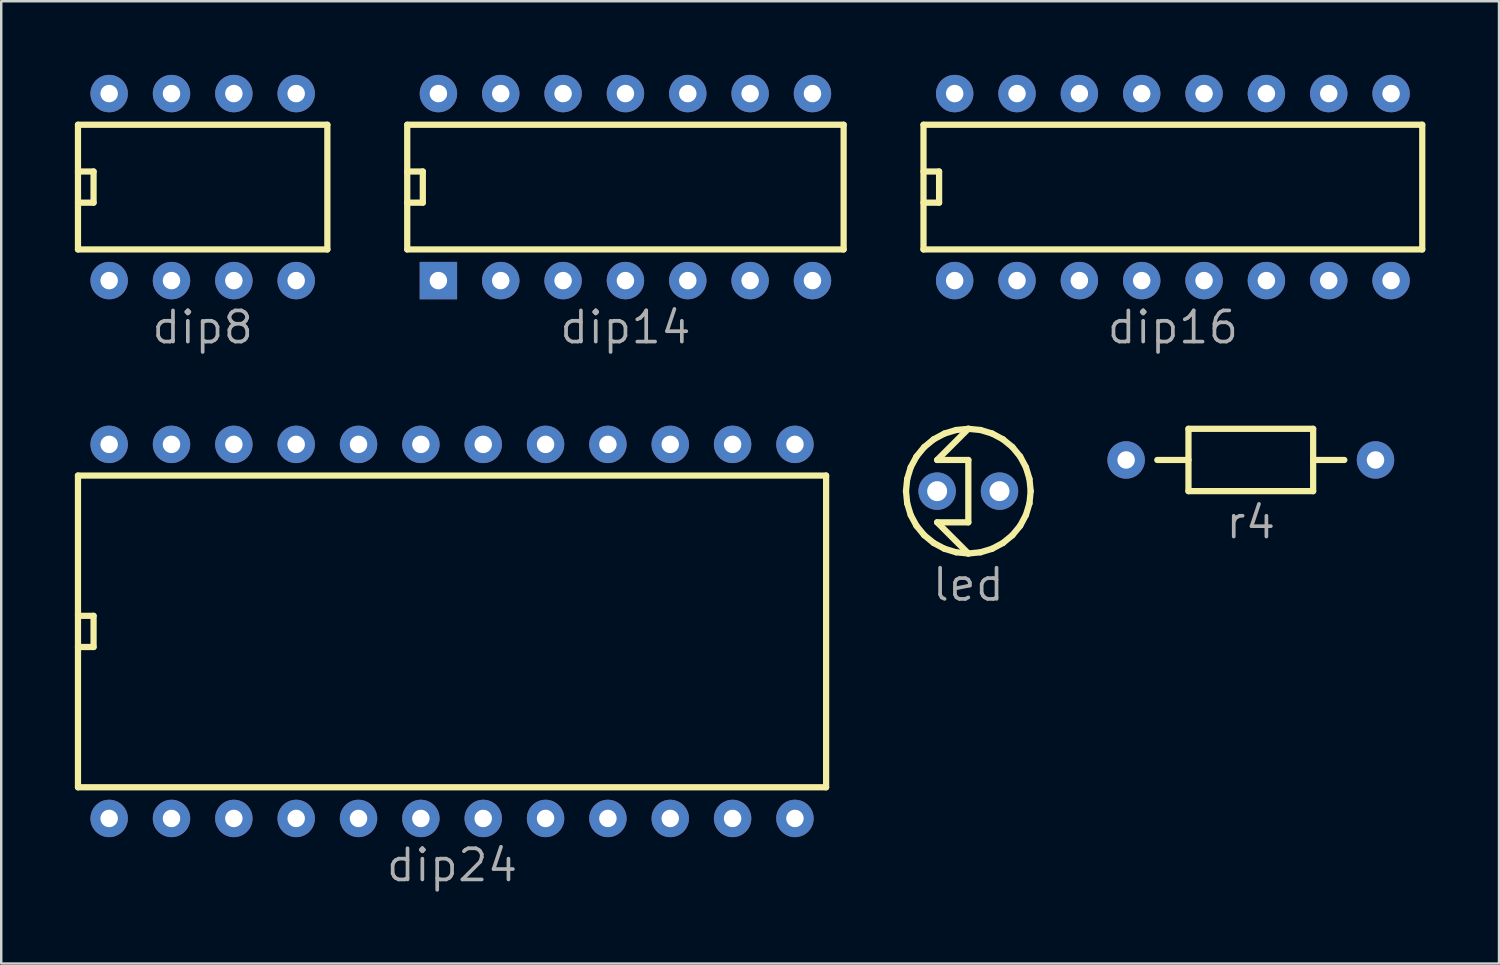
<source format=kicad_pcb>
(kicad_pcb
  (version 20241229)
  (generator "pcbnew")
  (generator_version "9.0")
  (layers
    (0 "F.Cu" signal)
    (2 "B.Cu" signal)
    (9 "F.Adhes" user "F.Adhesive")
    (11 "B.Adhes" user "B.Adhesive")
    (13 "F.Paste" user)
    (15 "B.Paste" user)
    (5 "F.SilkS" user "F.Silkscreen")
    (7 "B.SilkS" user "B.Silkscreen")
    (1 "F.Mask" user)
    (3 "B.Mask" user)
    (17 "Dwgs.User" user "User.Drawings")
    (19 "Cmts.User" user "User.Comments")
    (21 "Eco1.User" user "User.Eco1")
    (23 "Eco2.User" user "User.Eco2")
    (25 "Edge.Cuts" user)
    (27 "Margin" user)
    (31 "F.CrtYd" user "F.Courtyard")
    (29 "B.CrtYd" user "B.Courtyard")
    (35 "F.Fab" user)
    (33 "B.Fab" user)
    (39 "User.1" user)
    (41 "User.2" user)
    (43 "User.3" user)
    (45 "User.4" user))
  (footprint "led"
    (layer "F.Cu")
    (at 35.131 16.96)
    (property "Reference" "led" (at 1.27 3.81 0) (layer "F.Fab") (effects (font (size 1.27 1.27) (thickness 0.15))))
    (attr through_hole)
    (fp_line (start -1.221 -0.496) (end -1.27 0) (stroke (width 0.254) (type default)) (layer "F.SilkS"))
    (fp_line (start -1.221 0.496) (end -1.27 0) (stroke (width 0.254) (type default)) (layer "F.SilkS"))
    (fp_line (start -1.077 -0.972) (end -1.221 -0.496) (stroke (width 0.254) (type default)) (layer "F.SilkS"))
    (fp_line (start -1.077 0.972) (end -1.221 0.496) (stroke (width 0.254) (type default)) (layer "F.SilkS"))
    (fp_line (start -0.842 -1.411) (end -1.077 -0.972) (stroke (width 0.254) (type default)) (layer "F.SilkS"))
    (fp_line (start -0.842 1.411) (end -1.077 0.972) (stroke (width 0.254) (type default)) (layer "F.SilkS"))
    (fp_line (start -0.526 -1.796) (end -0.842 -1.411) (stroke (width 0.254) (type default)) (layer "F.SilkS"))
    (fp_line (start -0.526 1.796) (end -0.842 1.411) (stroke (width 0.254) (type default)) (layer "F.SilkS"))
    (fp_line (start -0.141 -2.112) (end -0.526 -1.796) (stroke (width 0.254) (type default)) (layer "F.SilkS"))
    (fp_line (start -0.141 2.112) (end -0.526 1.796) (stroke (width 0.254) (type default)) (layer "F.SilkS"))
    (fp_line (start 0 -1.27) (end 1.27 -1.27) (stroke (width 0.254) (type default)) (layer "F.SilkS"))
    (fp_line (start 0 1.27) (end 1.27 2.54) (stroke (width 0.254) (type default)) (layer "F.SilkS"))
    (fp_line (start 0.298 -2.347) (end -0.141 -2.112) (stroke (width 0.254) (type default)) (layer "F.SilkS"))
    (fp_line (start 0.298 2.347) (end -0.141 2.112) (stroke (width 0.254) (type default)) (layer "F.SilkS"))
    (fp_line (start 0.774 -2.491) (end 0.298 -2.347) (stroke (width 0.254) (type default)) (layer "F.SilkS"))
    (fp_line (start 0.774 2.491) (end 0.298 2.347) (stroke (width 0.254) (type default)) (layer "F.SilkS"))
    (fp_line (start 1.27 -2.54) (end 0 -1.27) (stroke (width 0.254) (type default)) (layer "F.SilkS"))
    (fp_line (start 1.27 -2.54) (end 0.774 -2.491) (stroke (width 0.254) (type default)) (layer "F.SilkS"))
    (fp_line (start 1.27 -1.27) (end 1.27 1.27) (stroke (width 0.254) (type default)) (layer "F.SilkS"))
    (fp_line (start 1.27 1.27) (end 0 1.27) (stroke (width 0.254) (type default)) (layer "F.SilkS"))
    (fp_line (start 1.27 2.54) (end 0.774 2.491) (stroke (width 0.254) (type default)) (layer "F.SilkS"))
    (fp_line (start 1.27 2.54) (end 1.766 2.491) (stroke (width 0.254) (type default)) (layer "F.SilkS"))
    (fp_line (start 1.766 -2.491) (end 1.27 -2.54) (stroke (width 0.254) (type default)) (layer "F.SilkS"))
    (fp_line (start 1.766 2.491) (end 2.242 2.347) (stroke (width 0.254) (type default)) (layer "F.SilkS"))
    (fp_line (start 2.242 -2.347) (end 1.766 -2.491) (stroke (width 0.254) (type default)) (layer "F.SilkS"))
    (fp_line (start 2.242 2.347) (end 2.681 2.112) (stroke (width 0.254) (type default)) (layer "F.SilkS"))
    (fp_line (start 2.681 -2.112) (end 2.242 -2.347) (stroke (width 0.254) (type default)) (layer "F.SilkS"))
    (fp_line (start 2.681 2.112) (end 3.066 1.796) (stroke (width 0.254) (type default)) (layer "F.SilkS"))
    (fp_line (start 3.066 -1.796) (end 2.681 -2.112) (stroke (width 0.254) (type default)) (layer "F.SilkS"))
    (fp_line (start 3.066 1.796) (end 3.382 1.411) (stroke (width 0.254) (type default)) (layer "F.SilkS"))
    (fp_line (start 3.382 -1.411) (end 3.066 -1.796) (stroke (width 0.254) (type default)) (layer "F.SilkS"))
    (fp_line (start 3.382 1.411) (end 3.617 0.972) (stroke (width 0.254) (type default)) (layer "F.SilkS"))
    (fp_line (start 3.617 -0.972) (end 3.382 -1.411) (stroke (width 0.254) (type default)) (layer "F.SilkS"))
    (fp_line (start 3.617 0.972) (end 3.761 0.496) (stroke (width 0.254) (type default)) (layer "F.SilkS"))
    (fp_line (start 3.761 -0.496) (end 3.617 -0.972) (stroke (width 0.254) (type default)) (layer "F.SilkS"))
    (fp_line (start 3.761 0.496) (end 3.81 0) (stroke (width 0.254) (type default)) (layer "F.SilkS"))
    (fp_line (start 3.81 0) (end 3.761 -0.496) (stroke (width 0.254) (type default)) (layer "F.SilkS"))
    (pad "1" thru_hole circle (at 0 0) (size 1.524 1.524) (drill 0.813) (layers "*.Cu" "*.Mask"))
    (pad "2" thru_hole circle (at 2.54 0) (size 1.524 1.524) (drill 0.813) (layers "*.Cu" "*.Mask")))
  (footprint "dip14"
    (layer "F.Cu")
    (at 14.811 0.762)
    (property "Reference" "dip14" (at 7.62 9.525 0) (layer "F.Fab") (effects (font (size 1.27 1.27) (thickness 0.15))))
    (attr through_hole)
    (fp_line (start -1.27 1.27) (end -1.27 6.35) (stroke (width 0.254) (type default)) (layer "F.SilkS"))
    (fp_line (start -1.27 4.445) (end -1.27 4.445) (stroke (width 0.254) (type default)) (layer "F.SilkS"))
    (fp_line (start -1.27 4.445) (end -0.635 4.445) (stroke (width 0.254) (type default)) (layer "F.SilkS"))
    (fp_line (start -1.27 6.35) (end 16.51 6.35) (stroke (width 0.254) (type default)) (layer "F.SilkS"))
    (fp_line (start -0.635 3.175) (end -1.27 3.175) (stroke (width 0.254) (type default)) (layer "F.SilkS"))
    (fp_line (start -0.635 4.445) (end -0.635 3.175) (stroke (width 0.254) (type default)) (layer "F.SilkS"))
    (fp_line (start 16.51 1.27) (end -1.27 1.27) (stroke (width 0.254) (type default)) (layer "F.SilkS"))
    (fp_line (start 16.51 6.35) (end 16.51 1.27) (stroke (width 0.254) (type default)) (layer "F.SilkS"))
    (pad "1" thru_hole rect (at 0 7.62) (size 1.524 1.524) (drill 0.711) (layers "*.Cu" "*.Mask"))
    (pad "2" thru_hole circle (at 2.54 7.62) (size 1.524 1.524) (drill 0.711) (layers "*.Cu" "*.Mask"))
    (pad "3" thru_hole circle (at 5.08 7.62) (size 1.524 1.524) (drill 0.711) (layers "*.Cu" "*.Mask"))
    (pad "4" thru_hole circle (at 7.62 7.62) (size 1.524 1.524) (drill 0.711) (layers "*.Cu" "*.Mask"))
    (pad "5" thru_hole circle (at 10.16 7.62) (size 1.524 1.524) (drill 0.711) (layers "*.Cu" "*.Mask"))
    (pad "6" thru_hole circle (at 12.7 7.62) (size 1.524 1.524) (drill 0.711) (layers "*.Cu" "*.Mask"))
    (pad "7" thru_hole circle (at 15.24 7.62) (size 1.524 1.524) (drill 0.711) (layers "*.Cu" "*.Mask"))
    (pad "8" thru_hole circle (at 15.24 0) (size 1.524 1.524) (drill 0.711) (layers "*.Cu" "*.Mask"))
    (pad "9" thru_hole circle (at 12.7 0) (size 1.524 1.524) (drill 0.711) (layers "*.Cu" "*.Mask"))
    (pad "10" thru_hole circle (at 10.16 0) (size 1.524 1.524) (drill 0.711) (layers "*.Cu" "*.Mask"))
    (pad "11" thru_hole circle (at 7.62 0) (size 1.524 1.524) (drill 0.711) (layers "*.Cu" "*.Mask"))
    (pad "12" thru_hole circle (at 5.08 0) (size 1.524 1.524) (drill 0.711) (layers "*.Cu" "*.Mask"))
    (pad "13" thru_hole circle (at 2.54 0) (size 1.524 1.524) (drill 0.711) (layers "*.Cu" "*.Mask"))
    (pad "14" thru_hole circle (at 0 0) (size 1.524 1.524) (drill 0.711) (layers "*.Cu" "*.Mask")))
  (footprint "dip24"
    (layer "F.Cu")
    (at 1.397 15.055)
    (property "Reference" "dip24" (at 13.97 17.145 0) (layer "F.Fab") (effects (font (size 1.27 1.27) (thickness 0.15))))
    (attr through_hole)
    (fp_line (start -1.27 1.27) (end -1.27 13.97) (stroke (width 0.254) (type default)) (layer "F.SilkS"))
    (fp_line (start -1.27 8.255) (end -0.635 8.255) (stroke (width 0.254) (type default)) (layer "F.SilkS"))
    (fp_line (start -1.27 13.97) (end 29.21 13.97) (stroke (width 0.254) (type default)) (layer "F.SilkS"))
    (fp_line (start -0.635 6.985) (end -1.27 6.985) (stroke (width 0.254) (type default)) (layer "F.SilkS"))
    (fp_line (start -0.635 8.255) (end -0.635 6.985) (stroke (width 0.254) (type default)) (layer "F.SilkS"))
    (fp_line (start 29.21 1.27) (end -1.27 1.27) (stroke (width 0.254) (type default)) (layer "F.SilkS"))
    (fp_line (start 29.21 13.97) (end 29.21 1.27) (stroke (width 0.254) (type default)) (layer "F.SilkS"))
    (pad "1" thru_hole circle (at 0 15.24) (size 1.524 1.524) (drill 0.711) (layers "*.Cu" "*.Mask"))
    (pad "2" thru_hole circle (at 2.54 15.24) (size 1.524 1.524) (drill 0.711) (layers "*.Cu" "*.Mask"))
    (pad "3" thru_hole circle (at 5.08 15.24) (size 1.524 1.524) (drill 0.711) (layers "*.Cu" "*.Mask"))
    (pad "4" thru_hole circle (at 7.62 15.24) (size 1.524 1.524) (drill 0.711) (layers "*.Cu" "*.Mask"))
    (pad "5" thru_hole circle (at 10.16 15.24) (size 1.524 1.524) (drill 0.711) (layers "*.Cu" "*.Mask"))
    (pad "6" thru_hole circle (at 12.7 15.24) (size 1.524 1.524) (drill 0.711) (layers "*.Cu" "*.Mask"))
    (pad "7" thru_hole circle (at 15.24 15.24) (size 1.524 1.524) (drill 0.711) (layers "*.Cu" "*.Mask"))
    (pad "8" thru_hole circle (at 17.78 15.24) (size 1.524 1.524) (drill 0.711) (layers "*.Cu" "*.Mask"))
    (pad "9" thru_hole circle (at 20.32 15.24) (size 1.524 1.524) (drill 0.711) (layers "*.Cu" "*.Mask"))
    (pad "10" thru_hole circle (at 22.86 15.24) (size 1.524 1.524) (drill 0.711) (layers "*.Cu" "*.Mask"))
    (pad "11" thru_hole circle (at 25.4 15.24) (size 1.524 1.524) (drill 0.711) (layers "*.Cu" "*.Mask"))
    (pad "12" thru_hole circle (at 27.94 15.24) (size 1.524 1.524) (drill 0.711) (layers "*.Cu" "*.Mask"))
    (pad "13" thru_hole circle (at 27.94 0) (size 1.524 1.524) (drill 0.711) (layers "*.Cu" "*.Mask"))
    (pad "14" thru_hole circle (at 25.4 0) (size 1.524 1.524) (drill 0.711) (layers "*.Cu" "*.Mask"))
    (pad "15" thru_hole circle (at 22.86 0) (size 1.524 1.524) (drill 0.711) (layers "*.Cu" "*.Mask"))
    (pad "16" thru_hole circle (at 20.32 0) (size 1.524 1.524) (drill 0.711) (layers "*.Cu" "*.Mask"))
    (pad "17" thru_hole circle (at 17.78 0) (size 1.524 1.524) (drill 0.711) (layers "*.Cu" "*.Mask"))
    (pad "18" thru_hole circle (at 15.24 0) (size 1.524 1.524) (drill 0.711) (layers "*.Cu" "*.Mask"))
    (pad "19" thru_hole circle (at 12.7 0) (size 1.524 1.524) (drill 0.711) (layers "*.Cu" "*.Mask"))
    (pad "20" thru_hole circle (at 10.16 0) (size 1.524 1.524) (drill 0.711) (layers "*.Cu" "*.Mask"))
    (pad "21" thru_hole circle (at 7.62 0) (size 1.524 1.524) (drill 0.711) (layers "*.Cu" "*.Mask"))
    (pad "22" thru_hole circle (at 5.08 0) (size 1.524 1.524) (drill 0.711) (layers "*.Cu" "*.Mask"))
    (pad "23" thru_hole circle (at 2.54 0) (size 1.524 1.524) (drill 0.711) (layers "*.Cu" "*.Mask"))
    (pad "24" thru_hole circle (at 0 0) (size 1.524 1.524) (drill 0.711) (layers "*.Cu" "*.Mask")))
  (footprint "dip8"
    (layer "F.Cu")
    (at 1.397 0.762)
    (property "Reference" "dip8" (at 3.81 9.525 0) (layer "F.Fab") (effects (font (size 1.27 1.27) (thickness 0.15))))
    (attr through_hole)
    (fp_line (start -1.27 1.27) (end -1.27 6.35) (stroke (width 0.254) (type default)) (layer "F.SilkS"))
    (fp_line (start -1.27 4.445) (end -0.635 4.445) (stroke (width 0.254) (type default)) (layer "F.SilkS"))
    (fp_line (start -1.27 6.35) (end 8.89 6.35) (stroke (width 0.254) (type default)) (layer "F.SilkS"))
    (fp_line (start -0.635 3.175) (end -1.27 3.175) (stroke (width 0.254) (type default)) (layer "F.SilkS"))
    (fp_line (start -0.635 4.445) (end -0.635 3.175) (stroke (width 0.254) (type default)) (layer "F.SilkS"))
    (fp_line (start 8.89 1.27) (end -1.27 1.27) (stroke (width 0.254) (type default)) (layer "F.SilkS"))
    (fp_line (start 8.89 6.35) (end 8.89 1.27) (stroke (width 0.254) (type default)) (layer "F.SilkS"))
    (pad "1" thru_hole circle (at 0 7.62) (size 1.524 1.524) (drill 0.711) (layers "*.Cu" "*.Mask"))
    (pad "2" thru_hole circle (at 2.54 7.62) (size 1.524 1.524) (drill 0.711) (layers "*.Cu" "*.Mask"))
    (pad "3" thru_hole circle (at 5.08 7.62) (size 1.524 1.524) (drill 0.711) (layers "*.Cu" "*.Mask"))
    (pad "4" thru_hole circle (at 7.62 7.62) (size 1.524 1.524) (drill 0.711) (layers "*.Cu" "*.Mask"))
    (pad "5" thru_hole circle (at 7.62 0) (size 1.524 1.524) (drill 0.711) (layers "*.Cu" "*.Mask"))
    (pad "6" thru_hole circle (at 5.08 0) (size 1.524 1.524) (drill 0.711) (layers "*.Cu" "*.Mask"))
    (pad "7" thru_hole circle (at 2.54 0) (size 1.524 1.524) (drill 0.711) (layers "*.Cu" "*.Mask"))
    (pad "8" thru_hole circle (at 0 0) (size 1.524 1.524) (drill 0.711) (layers "*.Cu" "*.Mask")))
  (footprint "r4"
    (layer "F.Cu")
    (at 42.83 15.69)
    (property "Reference" "r4" (at 5.08 2.54 0) (layer "F.Fab") (effects (font (size 1.27 1.27) (thickness 0.15))))
    (attr through_hole)
    (fp_line (start 2.54 -1.27) (end 7.62 -1.27) (stroke (width 0.254) (type default)) (layer "F.SilkS"))
    (fp_line (start 2.54 0) (end 1.27 0) (stroke (width 0.254) (type default)) (layer "F.SilkS"))
    (fp_line (start 2.54 1.27) (end 2.54 -1.27) (stroke (width 0.254) (type default)) (layer "F.SilkS"))
    (fp_line (start 7.62 -1.27) (end 7.62 1.27) (stroke (width 0.254) (type default)) (layer "F.SilkS"))
    (fp_line (start 7.62 0) (end 8.89 0) (stroke (width 0.254) (type default)) (layer "F.SilkS"))
    (fp_line (start 7.62 1.27) (end 2.54 1.27) (stroke (width 0.254) (type default)) (layer "F.SilkS"))
    (pad "1" thru_hole circle (at 10.16 0) (size 1.524 1.524) (drill 0.711) (layers "*.Cu" "*.Mask"))
    (pad "2" thru_hole circle (at 0 0) (size 1.524 1.524) (drill 0.711) (layers "*.Cu" "*.Mask")))
  (footprint "dip16"
    (layer "F.Cu")
    (at 35.845 0.762)
    (property "Reference" "dip16" (at 8.89 9.525 0) (layer "F.Fab") (effects (font (size 1.27 1.27) (thickness 0.15))))
    (attr through_hole)
    (fp_line (start -1.27 1.27) (end -1.27 6.35) (stroke (width 0.254) (type default)) (layer "F.SilkS"))
    (fp_line (start -1.27 4.445) (end -0.635 4.445) (stroke (width 0.254) (type default)) (layer "F.SilkS"))
    (fp_line (start -1.27 6.35) (end 19.05 6.35) (stroke (width 0.254) (type default)) (layer "F.SilkS"))
    (fp_line (start -0.635 3.175) (end -1.27 3.175) (stroke (width 0.254) (type default)) (layer "F.SilkS"))
    (fp_line (start -0.635 4.445) (end -0.635 3.175) (stroke (width 0.254) (type default)) (layer "F.SilkS"))
    (fp_line (start 19.05 1.27) (end -1.27 1.27) (stroke (width 0.254) (type default)) (layer "F.SilkS"))
    (fp_line (start 19.05 6.35) (end 19.05 1.27) (stroke (width 0.254) (type default)) (layer "F.SilkS"))
    (pad "1" thru_hole circle (at 0 0) (size 1.524 1.524) (drill 0.711) (layers "*.Cu" "*.Mask"))
    (pad "2" thru_hole circle (at 2.54 0) (size 1.524 1.524) (drill 0.711) (layers "*.Cu" "*.Mask"))
    (pad "3" thru_hole circle (at 5.08 0) (size 1.524 1.524) (drill 0.711) (layers "*.Cu" "*.Mask"))
    (pad "4" thru_hole circle (at 7.62 0) (size 1.524 1.524) (drill 0.711) (layers "*.Cu" "*.Mask"))
    (pad "5" thru_hole circle (at 10.16 0) (size 1.524 1.524) (drill 0.711) (layers "*.Cu" "*.Mask"))
    (pad "6" thru_hole circle (at 12.7 0) (size 1.524 1.524) (drill 0.711) (layers "*.Cu" "*.Mask"))
    (pad "7" thru_hole circle (at 15.24 0) (size 1.524 1.524) (drill 0.711) (layers "*.Cu" "*.Mask"))
    (pad "8" thru_hole circle (at 17.78 0) (size 1.524 1.524) (drill 0.711) (layers "*.Cu" "*.Mask"))
    (pad "9" thru_hole circle (at 17.78 7.62) (size 1.524 1.524) (drill 0.711) (layers "*.Cu" "*.Mask"))
    (pad "10" thru_hole circle (at 15.24 7.62) (size 1.524 1.524) (drill 0.711) (layers "*.Cu" "*.Mask"))
    (pad "11" thru_hole circle (at 12.7 7.62) (size 1.524 1.524) (drill 0.711) (layers "*.Cu" "*.Mask"))
    (pad "12" thru_hole circle (at 10.16 7.62) (size 1.524 1.524) (drill 0.711) (layers "*.Cu" "*.Mask"))
    (pad "13" thru_hole circle (at 7.62 7.62) (size 1.524 1.524) (drill 0.711) (layers "*.Cu" "*.Mask"))
    (pad "14" thru_hole circle (at 5.08 7.62) (size 1.524 1.524) (drill 0.711) (layers "*.Cu" "*.Mask"))
    (pad "15" thru_hole circle (at 2.54 7.62) (size 1.524 1.524) (drill 0.711) (layers "*.Cu" "*.Mask"))
    (pad "16" thru_hole circle (at 0 7.62) (size 1.524 1.524) (drill 0.711) (layers "*.Cu" "*.Mask")))
  (gr_rect
    (start -3 -3)
    (end 58.022 36.206)
    (stroke (width 0.1) (type default))
    (fill no)
    (layer "Edge.Cuts")))
</source>
